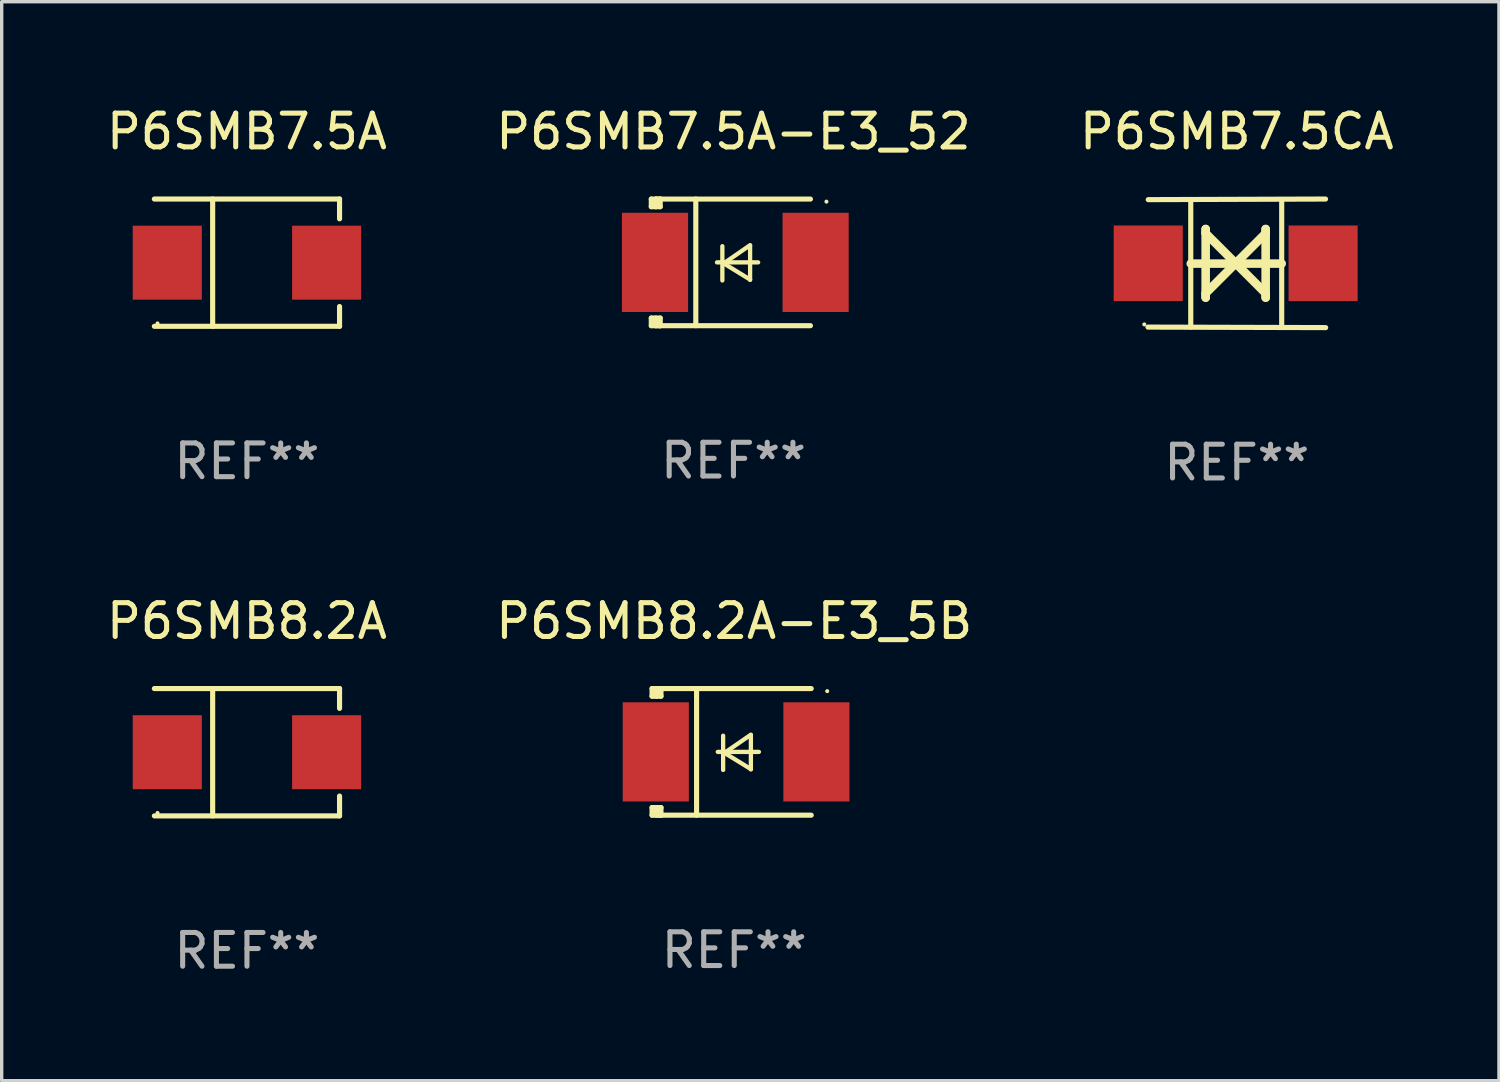
<source format=kicad_pcb>
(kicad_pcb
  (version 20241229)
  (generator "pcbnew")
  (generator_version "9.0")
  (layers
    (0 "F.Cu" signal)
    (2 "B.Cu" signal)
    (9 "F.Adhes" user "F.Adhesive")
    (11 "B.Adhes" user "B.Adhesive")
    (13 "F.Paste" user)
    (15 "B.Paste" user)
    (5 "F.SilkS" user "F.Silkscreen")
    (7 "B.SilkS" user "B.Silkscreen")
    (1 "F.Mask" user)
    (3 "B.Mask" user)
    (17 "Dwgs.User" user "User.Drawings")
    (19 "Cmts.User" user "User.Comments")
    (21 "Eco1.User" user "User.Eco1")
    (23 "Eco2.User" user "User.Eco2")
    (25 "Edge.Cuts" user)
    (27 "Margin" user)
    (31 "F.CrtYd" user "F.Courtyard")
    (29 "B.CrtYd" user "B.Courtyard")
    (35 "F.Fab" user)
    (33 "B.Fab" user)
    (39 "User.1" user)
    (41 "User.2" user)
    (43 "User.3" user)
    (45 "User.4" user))
  (footprint "P6SMB8.2A"
    (layer "F.Cu")
    (at 4.268 19.241)
    (property "Reference" "P6SMB8.2A" (at 0 -3.886 0) (layer "F.SilkS") (effects (font (size 1 1) (thickness 0.15))))
    (attr through_hole)
    (fp_line (start -2.744 -1.886) (end 2.744 -1.886) (stroke (width 0.152) (type solid)) (layer "F.SilkS"))
    (fp_line (start -2.744 1.886) (end 2.744 1.886) (stroke (width 0.152) (type solid)) (layer "F.SilkS"))
    (fp_line (start -1.016 -1.886) (end -1.016 1.886) (stroke (width 0.152) (type solid)) (layer "F.SilkS"))
    (fp_line (start 2.744 -1.886) (end 2.744 -1.299) (stroke (width 0.152) (type solid)) (layer "F.SilkS"))
    (fp_line (start 2.744 1.886) (end 2.744 1.299) (stroke (width 0.152) (type solid)) (layer "F.SilkS"))
    (fp_circle (center -2.65 1.8) (end -2.62 1.8) (stroke (width 0.06) (type solid)) (fill no) (layer "F.SilkS"))
    (fp_text user "REF**" (at 0 5.886 0) (layer "F.Fab") (effects (font (size 1 1) (thickness 0.15))))
    (pad "1" smd rect (at -2.361 0) (size 2.047 2.192) (layers "F.Cu" "F.Mask" "F.Paste"))
    (pad "2" smd rect (at 2.361 0) (size 2.047 2.192) (layers "F.Cu" "F.Mask" "F.Paste")))
  (footprint "P6SMB7.5CA"
    (layer "F.Cu")
    (at 33.601 4.753)
    (property "Reference" "P6SMB7.5CA" (at 0 -3.905 0) (layer "F.SilkS") (effects (font (size 1 1) (thickness 0.15))))
    (attr through_hole)
    (fp_line (start -1.365 1.886) (end -1.365 -1.886) (stroke (width 0.152) (type solid)) (layer "F.SilkS"))
    (fp_line (start -1.365 0.008) (end 1.33 0.008) (stroke (width 0.254) (type solid)) (layer "F.SilkS"))
    (fp_line (start -0.923 -1.016) (end -0.923 1.016) (stroke (width 0.254) (type solid)) (layer "F.SilkS"))
    (fp_line (start -0.923 -0.889) (end -0.923 -1.016) (stroke (width 0.254) (type solid)) (layer "F.SilkS"))
    (fp_line (start -0.923 0.889) (end -0.034 0) (stroke (width 0.254) (type solid)) (layer "F.SilkS"))
    (fp_line (start -0.923 1.016) (end -0.923 0.889) (stroke (width 0.254) (type solid)) (layer "F.SilkS"))
    (fp_line (start -0.034 0) (end -0.923 -0.889) (stroke (width 0.254) (type solid)) (layer "F.SilkS"))
    (fp_line (start -0.034 0) (end 0.855 0.889) (stroke (width 0.254) (type solid)) (layer "F.SilkS"))
    (fp_line (start 0.855 -1.016) (end 0.855 -0.889) (stroke (width 0.254) (type solid)) (layer "F.SilkS"))
    (fp_line (start 0.855 -0.889) (end -0.034 0) (stroke (width 0.254) (type solid)) (layer "F.SilkS"))
    (fp_line (start 0.855 0.889) (end 0.855 1.016) (stroke (width 0.254) (type solid)) (layer "F.SilkS"))
    (fp_line (start 0.855 1.016) (end 0.855 -1.016) (stroke (width 0.254) (type solid)) (layer "F.SilkS"))
    (fp_line (start 1.33 1.886) (end 1.33 -1.886) (stroke (width 0.152) (type solid)) (layer "F.SilkS"))
    (fp_line (start 2.629 -1.905) (end -2.625 -1.887) (stroke (width 0.152) (type solid)) (layer "F.SilkS"))
    (fp_line (start 2.633 1.905) (end -2.633 1.89) (stroke (width 0.152) (type solid)) (layer "F.SilkS"))
    (fp_circle (center -2.741 1.81) (end -2.711 1.81) (stroke (width 0.06) (type solid)) (fill no) (layer "F.SilkS"))
    (fp_text user "REF**" (at 0 5.905 0) (layer "F.Fab") (effects (font (size 1 1) (thickness 0.15))))
    (pad "1" smd rect (at -2.625 0) (size 2.047 2.241) (layers "F.Cu" "F.Mask" "F.Paste"))
    (pad "2" smd rect (at 2.557 0) (size 2.047 2.241) (layers "F.Cu" "F.Mask" "F.Paste")))
  (footprint "P6SMB8.2A-E3_5B"
    (layer "F.Cu")
    (at 18.708 19.231)
    (property "Reference" "P6SMB8.2A-E3_5B" (at 0 -3.876 0) (layer "F.SilkS") (effects (font (size 1 1) (thickness 0.15))))
    (attr through_hole)
    (fp_line (start -2.435 1.65) (end -2.171 1.65) (stroke (width 0.152) (type solid)) (layer "F.SilkS"))
    (fp_line (start -2.435 1.876) (end -2.435 1.65) (stroke (width 0.152) (type solid)) (layer "F.SilkS"))
    (fp_line (start -2.435 -1.876) (end -2.171 -1.876) (stroke (width 0.152) (type solid)) (layer "F.SilkS"))
    (fp_line (start -2.435 -1.65) (end -2.435 -1.876) (stroke (width 0.152) (type solid)) (layer "F.SilkS"))
    (fp_line (start -2.305 -1.866) (end -2.295 -1.876) (stroke (width 0.152) (type solid)) (layer "F.SilkS"))
    (fp_line (start -2.305 -1.65) (end -2.305 -1.866) (stroke (width 0.152) (type solid)) (layer "F.SilkS"))
    (fp_line (start -2.305 1.876) (end -2.305 1.65) (stroke (width 0.152) (type solid)) (layer "F.SilkS"))
    (fp_line (start -2.295 -1.876) (end -2.295 -1.65) (stroke (width 0.152) (type solid)) (layer "F.SilkS"))
    (fp_line (start -2.171 1.876) (end -2.435 1.876) (stroke (width 0.152) (type solid)) (layer "F.SilkS"))
    (fp_line (start -2.171 -1.65) (end -2.435 -1.65) (stroke (width 0.152) (type solid)) (layer "F.SilkS"))
    (fp_line (start -2.171 -1.876) (end -2.295 -1.876) (stroke (width 0.152) (type solid)) (layer "F.SilkS"))
    (fp_line (start -2.171 -1.65) (end -2.171 -1.876) (stroke (width 0.152) (type solid)) (layer "F.SilkS"))
    (fp_line (start -2.171 1.876) (end -2.305 1.876) (stroke (width 0.152) (type solid)) (layer "F.SilkS"))
    (fp_line (start -2.171 1.876) (end -2.171 1.65) (stroke (width 0.152) (type solid)) (layer "F.SilkS"))
    (fp_line (start -1.116 1.876) (end -1.116 -1.876) (stroke (width 0.152) (type solid)) (layer "F.SilkS"))
    (fp_line (start -0.488 0.000102) (end 0.731 0.000102) (stroke (width 0.127) (type solid)) (layer "F.SilkS"))
    (fp_line (start -0.329 -0.48) (end -0.329 0.536) (stroke (width 0.127) (type solid)) (layer "F.SilkS"))
    (fp_line (start -0.29 0.03) (end 0.493 0.51) (stroke (width 0.127) (type solid)) (layer "F.SilkS"))
    (fp_line (start 0.493 -0.51) (end -0.29 0.03) (stroke (width 0.127) (type solid)) (layer "F.SilkS"))
    (fp_line (start 0.493 0.52) (end 0.493 -0.496) (stroke (width 0.127) (type solid)) (layer "F.SilkS"))
    (fp_line (start 2.281 -1.876) (end -2.171 -1.876) (stroke (width 0.152) (type solid)) (layer "F.SilkS"))
    (fp_line (start 2.281 1.876) (end -2.171 1.876) (stroke (width 0.152) (type solid)) (layer "F.SilkS"))
    (fp_circle (center 2.755 -1.8) (end 2.785 -1.8) (stroke (width 0.06) (type solid)) (fill no) (layer "F.SilkS"))
    (fp_text user "REF**" (at 0 5.876 0) (layer "F.Fab") (effects (font (size 1 1) (thickness 0.15))))
    (pad "1" smd rect (at 2.435 -0.000025 180) (size 1.96 2.94) (layers "F.Cu" "F.Mask" "F.Paste"))
    (pad "2" smd rect (at -2.325 -0.000025 180) (size 1.96 2.94) (layers "F.Cu" "F.Mask" "F.Paste")))
  (footprint "P6SMB7.5A-E3_52"
    (layer "F.Cu")
    (at 18.685 4.725)
    (property "Reference" "P6SMB7.5A-E3_52" (at 0 -3.876 0) (layer "F.SilkS") (effects (font (size 1 1) (thickness 0.15))))
    (attr through_hole)
    (fp_line (start -2.435 1.65) (end -2.171 1.65) (stroke (width 0.152) (type solid)) (layer "F.SilkS"))
    (fp_line (start -2.435 1.876) (end -2.435 1.65) (stroke (width 0.152) (type solid)) (layer "F.SilkS"))
    (fp_line (start -2.435 -1.876) (end -2.171 -1.876) (stroke (width 0.152) (type solid)) (layer "F.SilkS"))
    (fp_line (start -2.435 -1.65) (end -2.435 -1.876) (stroke (width 0.152) (type solid)) (layer "F.SilkS"))
    (fp_line (start -2.305 -1.866) (end -2.295 -1.876) (stroke (width 0.152) (type solid)) (layer "F.SilkS"))
    (fp_line (start -2.305 -1.65) (end -2.305 -1.866) (stroke (width 0.152) (type solid)) (layer "F.SilkS"))
    (fp_line (start -2.305 1.876) (end -2.305 1.65) (stroke (width 0.152) (type solid)) (layer "F.SilkS"))
    (fp_line (start -2.295 -1.876) (end -2.295 -1.65) (stroke (width 0.152) (type solid)) (layer "F.SilkS"))
    (fp_line (start -2.171 1.876) (end -2.435 1.876) (stroke (width 0.152) (type solid)) (layer "F.SilkS"))
    (fp_line (start -2.171 -1.65) (end -2.435 -1.65) (stroke (width 0.152) (type solid)) (layer "F.SilkS"))
    (fp_line (start -2.171 -1.876) (end -2.295 -1.876) (stroke (width 0.152) (type solid)) (layer "F.SilkS"))
    (fp_line (start -2.171 -1.65) (end -2.171 -1.876) (stroke (width 0.152) (type solid)) (layer "F.SilkS"))
    (fp_line (start -2.171 1.876) (end -2.305 1.876) (stroke (width 0.152) (type solid)) (layer "F.SilkS"))
    (fp_line (start -2.171 1.876) (end -2.171 1.65) (stroke (width 0.152) (type solid)) (layer "F.SilkS"))
    (fp_line (start -1.116 1.876) (end -1.116 -1.876) (stroke (width 0.152) (type solid)) (layer "F.SilkS"))
    (fp_line (start -0.488 0.000102) (end 0.731 0.000102) (stroke (width 0.127) (type solid)) (layer "F.SilkS"))
    (fp_line (start -0.329 -0.48) (end -0.329 0.536) (stroke (width 0.127) (type solid)) (layer "F.SilkS"))
    (fp_line (start -0.29 0.03) (end 0.493 0.51) (stroke (width 0.127) (type solid)) (layer "F.SilkS"))
    (fp_line (start 0.493 -0.51) (end -0.29 0.03) (stroke (width 0.127) (type solid)) (layer "F.SilkS"))
    (fp_line (start 0.493 0.52) (end 0.493 -0.496) (stroke (width 0.127) (type solid)) (layer "F.SilkS"))
    (fp_line (start 2.281 -1.876) (end -2.171 -1.876) (stroke (width 0.152) (type solid)) (layer "F.SilkS"))
    (fp_line (start 2.281 1.876) (end -2.171 1.876) (stroke (width 0.152) (type solid)) (layer "F.SilkS"))
    (fp_circle (center 2.755 -1.8) (end 2.785 -1.8) (stroke (width 0.06) (type solid)) (fill no) (layer "F.SilkS"))
    (fp_text user "REF**" (at 0 5.876 0) (layer "F.Fab") (effects (font (size 1 1) (thickness 0.15))))
    (pad "1" smd rect (at 2.435 -0.000025 180) (size 1.96 2.94) (layers "F.Cu" "F.Mask" "F.Paste"))
    (pad "2" smd rect (at -2.325 -0.000025 180) (size 1.96 2.94) (layers "F.Cu" "F.Mask" "F.Paste")))
  (footprint "P6SMB7.5A"
    (layer "F.Cu")
    (at 4.268 4.734)
    (property "Reference" "P6SMB7.5A" (at 0 -3.886 0) (layer "F.SilkS") (effects (font (size 1 1) (thickness 0.15))))
    (attr through_hole)
    (fp_line (start -2.744 -1.886) (end 2.744 -1.886) (stroke (width 0.152) (type solid)) (layer "F.SilkS"))
    (fp_line (start -2.744 1.886) (end 2.744 1.886) (stroke (width 0.152) (type solid)) (layer "F.SilkS"))
    (fp_line (start -1.016 -1.886) (end -1.016 1.886) (stroke (width 0.152) (type solid)) (layer "F.SilkS"))
    (fp_line (start 2.744 -1.886) (end 2.744 -1.299) (stroke (width 0.152) (type solid)) (layer "F.SilkS"))
    (fp_line (start 2.744 1.886) (end 2.744 1.299) (stroke (width 0.152) (type solid)) (layer "F.SilkS"))
    (fp_circle (center -2.65 1.8) (end -2.62 1.8) (stroke (width 0.06) (type solid)) (fill no) (layer "F.SilkS"))
    (fp_text user "REF**" (at 0 5.886 0) (layer "F.Fab") (effects (font (size 1 1) (thickness 0.15))))
    (pad "1" smd rect (at -2.361 0) (size 2.047 2.192) (layers "F.Cu" "F.Mask" "F.Paste"))
    (pad "2" smd rect (at 2.361 0) (size 2.047 2.192) (layers "F.Cu" "F.Mask" "F.Paste")))
  (gr_rect
    (start -3 -3)
    (end 41.369 28.975)
    (stroke (width 0.1) (type default))
    (fill no)
    (layer "Edge.Cuts")))
</source>
